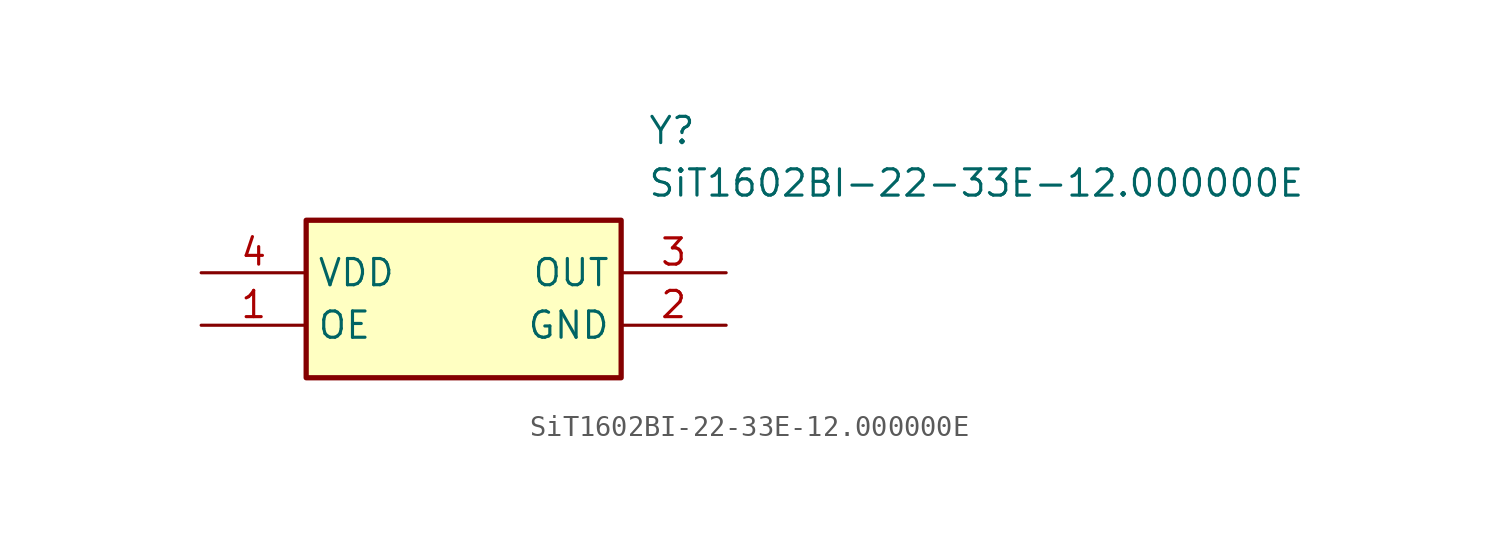
<source format=kicad_sym>
(kicad_symbol_lib
  (version 20211014)
  (generator SamacSys_ECAD_Model)
  (symbol "SiT1602BI-22-33E-12.000000E"
    (property "Reference" "Y"
      (at 21.59 7.62 0)
      (effects (font (size 1.27 1.27)) (justify left top)))
    (property "Value" "SiT1602BI-22-33E-12.000000E"
      (at 21.59 5.08 0)
      (effects (font (size 1.27 1.27)) (justify left top)))
    (rectangle
      (start 5.08 2.54)
      (end 20.32 -5.08)
      (stroke (width 0.254) (type default))
      (fill (type background)))
    (pin passive line
      (at 0 -2.54 0)
      (length 5.08)
      (name "OE" (effects (font (size 1.27 1.27))))
      (number "1" (effects (font (size 1.27 1.27)))))
    (pin passive line
      (at 25.4 -2.54 180)
      (length 5.08)
      (name "GND" (effects (font (size 1.27 1.27))))
      (number "2" (effects (font (size 1.27 1.27)))))
    (pin passive line
      (at 25.4 0 180)
      (length 5.08)
      (name "OUT" (effects (font (size 1.27 1.27))))
      (number "3" (effects (font (size 1.27 1.27)))))
    (pin passive line
      (at 0 0 0)
      (length 5.08)
      (name "VDD" (effects (font (size 1.27 1.27))))
      (number "4" (effects (font (size 1.27 1.27)))))))
</source>
